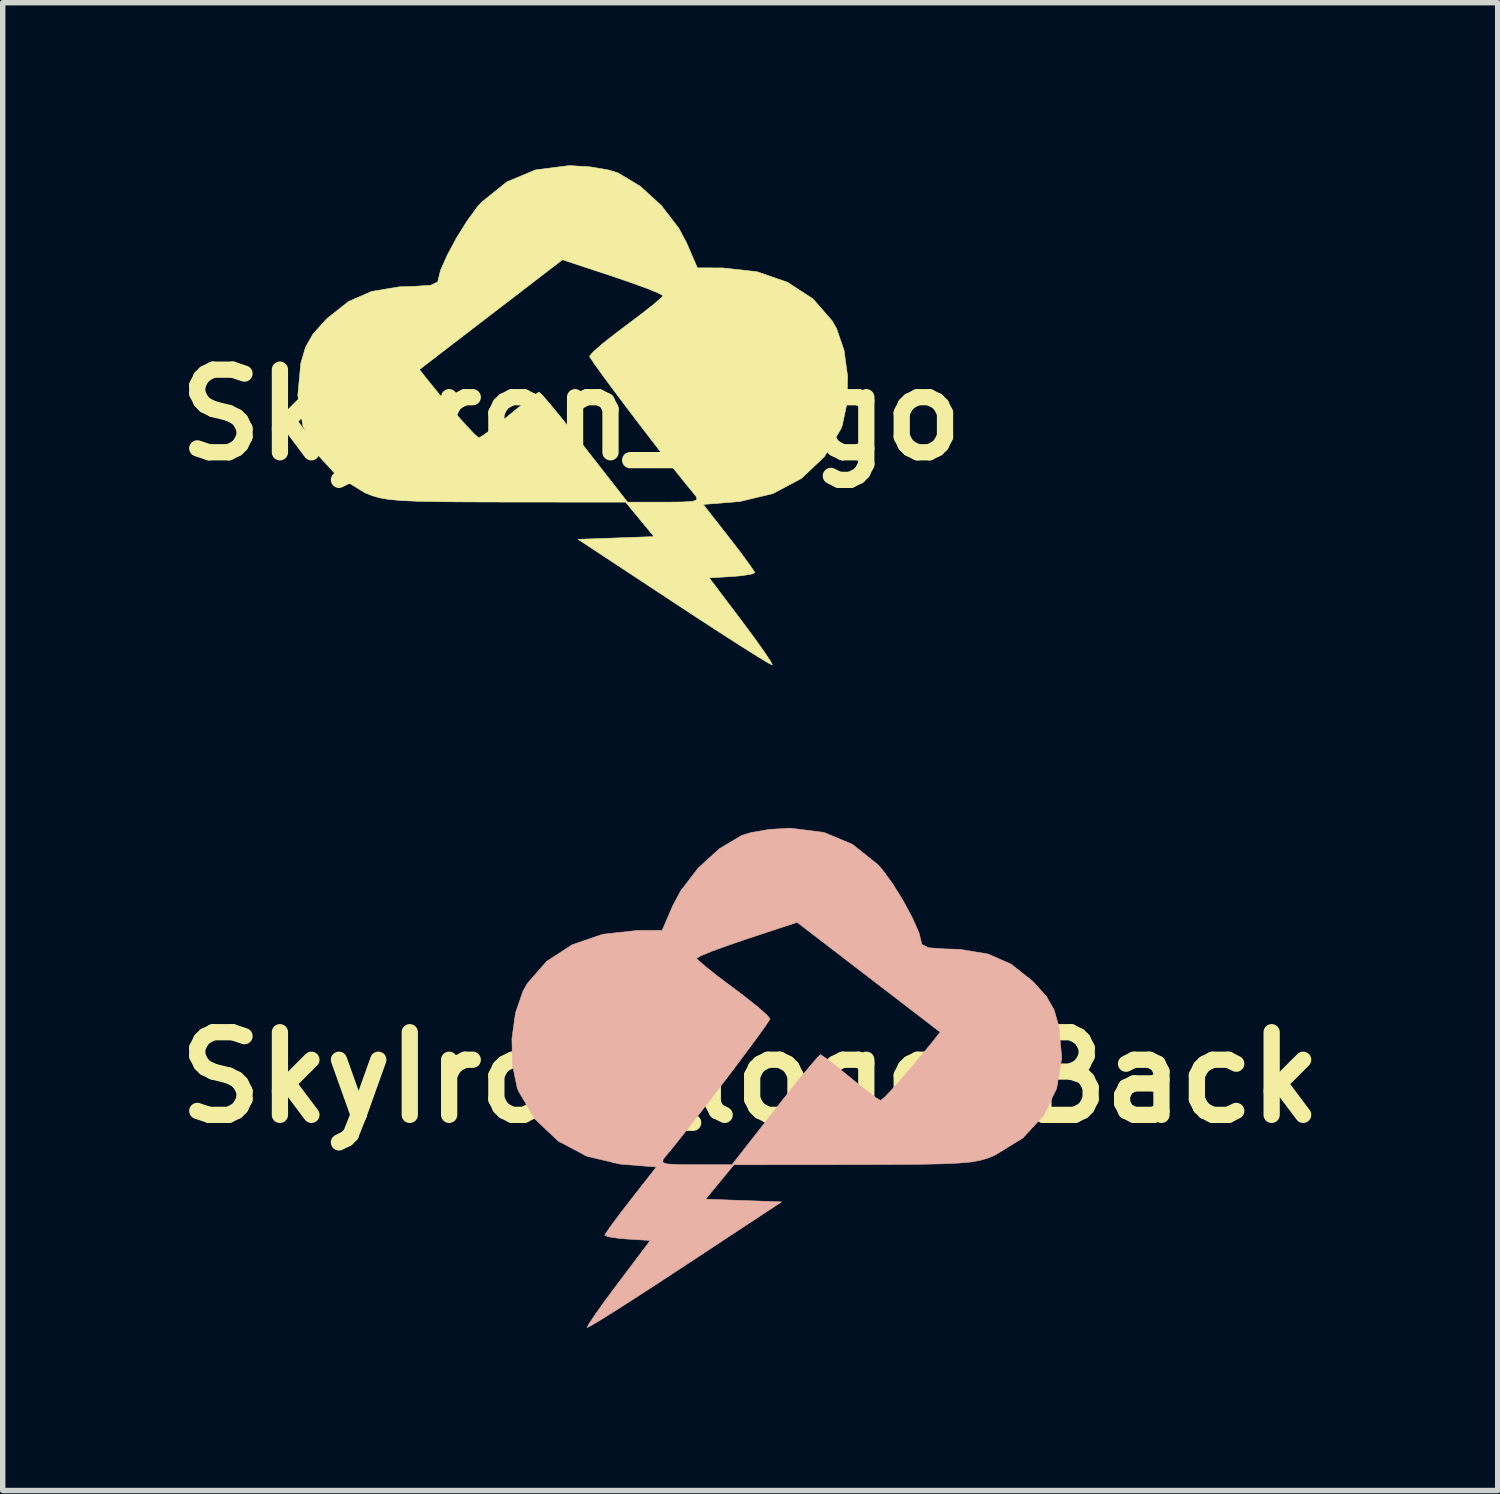
<source format=kicad_pcb>
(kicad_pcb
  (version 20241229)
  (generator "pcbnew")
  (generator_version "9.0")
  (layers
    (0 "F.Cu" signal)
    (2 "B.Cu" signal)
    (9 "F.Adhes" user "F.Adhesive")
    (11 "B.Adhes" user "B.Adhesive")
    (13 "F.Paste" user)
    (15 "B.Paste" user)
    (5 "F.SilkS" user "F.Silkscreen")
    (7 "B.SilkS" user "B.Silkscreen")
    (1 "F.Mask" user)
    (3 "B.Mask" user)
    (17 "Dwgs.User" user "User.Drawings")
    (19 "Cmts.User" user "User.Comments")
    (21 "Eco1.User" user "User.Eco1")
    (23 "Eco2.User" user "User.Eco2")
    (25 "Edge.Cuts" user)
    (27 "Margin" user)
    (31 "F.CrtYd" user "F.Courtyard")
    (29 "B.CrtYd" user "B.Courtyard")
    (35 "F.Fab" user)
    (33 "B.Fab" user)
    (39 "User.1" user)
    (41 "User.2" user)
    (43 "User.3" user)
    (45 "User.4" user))
  (footprint "SkyIron_logo_Back"
    (layer "F.Cu")
    (at 10.784 16.819)
    (property "Reference" "SkyIron_logo_Back" (at 0 0 0) (layer "F.SilkS") (effects (font (size 1.524 1.524) (thickness 0.3))))
    (attr through_hole)
    (fp_poly (pts (xy 0.352 -4.574) (xy 0.021 -4.518) (xy -0.158 -4.463) (xy -0.569 -4.218) (xy -0.961 -3.86) (xy -1.283 -3.44) (xy -1.424 -3.175) (xy -1.624 -2.712) (xy -2.089 -2.71) (xy -2.721 -2.641) (xy -3.284 -2.447) (xy -3.754 -2.141) (xy -4.108 -1.736) (xy -4.189 -1.594) (xy -4.328 -1.193) (xy -4.394 -0.715) (xy -4.384 -0.23) (xy -4.297 0.19) (xy -4.272 0.254) (xy -3.968 0.768) (xy -3.543 1.171) (xy -3.017 1.451) (xy -2.408 1.596) (xy -2.318 1.604) (xy -1.73 1.651) (xy -2.206 2.259) (xy -2.415 2.53) (xy -2.578 2.75) (xy -2.67 2.885) (xy -2.682 2.91) (xy -2.606 2.94) (xy -2.411 2.968) (xy -2.262 2.98) (xy -1.843 3.006) (xy -2.439 3.796) (xy -2.67 4.107) (xy -2.854 4.365) (xy -2.973 4.542) (xy -3.007 4.612) (xy -2.932 4.575) (xy -2.734 4.456) (xy -2.435 4.268) (xy -2.051 4.022) (xy -1.604 3.731) (xy -1.2 3.466) (xy 0.578 2.294) (xy -0.123 2.269) (xy -0.823 2.244) (xy -0.299 1.609) (xy 1.917 1.607) (xy 2.595 1.605) (xy 3.126 1.601) (xy 3.534 1.593) (xy 3.84 1.579) (xy 4.067 1.559) (xy 4.238 1.529) (xy 4.376 1.489) (xy 4.503 1.438) (xy 4.515 1.432) (xy 5.028 1.116) (xy 5.41 0.701) (xy 5.651 0.203) (xy 5.745 -0.363) (xy 5.701 -0.836) (xy 3.503 -0.836) (xy 3.353 -0.647) (xy 3.107 -0.345) (xy 2.864 -0.058) (xy 2.649 0.185) (xy 2.488 0.355) (xy 2.406 0.423) (xy 2.404 0.423) (xy 2.319 0.373) (xy 2.14 0.239) (xy 1.903 0.049) (xy 1.846 0.002) (xy 1.601 -0.197) (xy 1.409 -0.346) (xy 1.304 -0.418) (xy 1.295 -0.421) (xy 1.231 -0.359) (xy 1.082 -0.185) (xy 0.867 0.076) (xy 0.606 0.403) (xy 0.458 0.593) (xy -0.336 1.609) (xy -1.014 1.609) (xy -1.347 1.606) (xy -1.539 1.594) (xy -1.615 1.564) (xy -1.605 1.51) (xy -1.566 1.46) (xy -1.4 1.259) (xy -1.177 0.978) (xy -0.916 0.644) (xy -0.637 0.281) (xy -0.358 -0.084) (xy -0.1 -0.427) (xy 0.118 -0.722) (xy 0.278 -0.944) (xy 0.359 -1.067) (xy 0.366 -1.082) (xy 0.302 -1.159) (xy 0.129 -1.31) (xy -0.122 -1.509) (xy -0.311 -1.651) (xy -0.598 -1.866) (xy -0.824 -2.045) (xy -0.961 -2.165) (xy -0.989 -2.199) (xy -0.913 -2.243) (xy -0.709 -2.327) (xy -0.406 -2.437) (xy -0.062 -2.555) (xy 0.865 -2.861) (xy 2.184 -1.849) (xy 3.503 -0.836) (xy 5.701 -0.836) (xy 5.69 -0.947) (xy 5.604 -1.247) (xy 5.464 -1.492) (xy 5.23 -1.753) (xy 5.197 -1.785) (xy 4.811 -2.09) (xy 4.385 -2.277) (xy 3.872 -2.362) (xy 3.588 -2.371) (xy 3.296 -2.391) (xy 3.167 -2.451) (xy 3.16 -2.477) (xy 3.113 -2.666) (xy 2.991 -2.943) (xy 2.819 -3.263) (xy 2.624 -3.577) (xy 2.432 -3.838) (xy 2.352 -3.927) (xy 1.886 -4.299) (xy 1.36 -4.519) (xy 0.752 -4.596) (xy 0.707 -4.596) (xy 0.352 -4.574)) (stroke (width 0.01) (type solid)) (fill yes) (layer "B.SilkS")))
  (footprint "SkyIron_logo"
    (layer "F.Cu")
    (at 7.482 4.601)
    (property "Reference" "SkyIron_logo" (at 0 0 0) (layer "F.SilkS") (effects (font (size 1.524 1.524) (thickness 0.3))))
    (attr through_hole)
    (fp_poly (pts (xy 0.352 -4.574) (xy 0.684 -4.518) (xy 0.863 -4.463) (xy 1.273 -4.218) (xy 1.665 -3.86) (xy 1.987 -3.44) (xy 2.128 -3.175) (xy 2.328 -2.712) (xy 2.794 -2.71) (xy 3.425 -2.641) (xy 3.988 -2.447) (xy 4.459 -2.141) (xy 4.812 -1.736) (xy 4.894 -1.594) (xy 5.032 -1.193) (xy 5.098 -0.715) (xy 5.089 -0.23) (xy 5.001 0.19) (xy 4.977 0.254) (xy 4.672 0.768) (xy 4.248 1.171) (xy 3.722 1.451) (xy 3.113 1.596) (xy 3.023 1.604) (xy 2.435 1.651) (xy 2.911 2.259) (xy 3.12 2.53) (xy 3.282 2.75) (xy 3.374 2.885) (xy 3.387 2.91) (xy 3.311 2.94) (xy 3.116 2.968) (xy 2.967 2.98) (xy 2.547 3.006) (xy 3.144 3.796) (xy 3.375 4.107) (xy 3.559 4.365) (xy 3.677 4.542) (xy 3.712 4.612) (xy 3.636 4.575) (xy 3.439 4.456) (xy 3.139 4.268) (xy 2.756 4.022) (xy 2.309 3.731) (xy 1.905 3.466) (xy 0.127 2.294) (xy 0.827 2.269) (xy 1.528 2.244) (xy 1.004 1.609) (xy -1.213 1.607) (xy -1.891 1.605) (xy -2.422 1.601) (xy -2.829 1.593) (xy -3.135 1.579) (xy -3.362 1.559) (xy -3.533 1.529) (xy -3.671 1.489) (xy -3.798 1.438) (xy -3.81 1.432) (xy -4.324 1.116) (xy -4.705 0.701) (xy -4.947 0.203) (xy -5.04 -0.363) (xy -4.996 -0.836) (xy -2.798 -0.836) (xy -2.648 -0.647) (xy -2.402 -0.345) (xy -2.159 -0.058) (xy -1.944 0.185) (xy -1.783 0.355) (xy -1.702 0.423) (xy -1.7 0.423) (xy -1.615 0.373) (xy -1.436 0.239) (xy -1.198 0.049) (xy -1.141 0.002) (xy -0.897 -0.197) (xy -0.704 -0.346) (xy -0.599 -0.418) (xy -0.591 -0.421) (xy -0.526 -0.359) (xy -0.377 -0.185) (xy -0.163 0.076) (xy 0.098 0.403) (xy 0.247 0.593) (xy 1.041 1.609) (xy 1.719 1.609) (xy 2.052 1.606) (xy 2.243 1.594) (xy 2.32 1.564) (xy 2.309 1.51) (xy 2.27 1.46) (xy 2.104 1.259) (xy 1.881 0.978) (xy 1.62 0.644) (xy 1.341 0.281) (xy 1.063 -0.084) (xy 0.805 -0.427) (xy 0.586 -0.722) (xy 0.427 -0.944) (xy 0.345 -1.067) (xy 0.339 -1.082) (xy 0.403 -1.159) (xy 0.575 -1.31) (xy 0.827 -1.509) (xy 1.016 -1.651) (xy 1.302 -1.866) (xy 1.529 -2.045) (xy 1.666 -2.165) (xy 1.693 -2.199) (xy 1.618 -2.243) (xy 1.413 -2.327) (xy 1.111 -2.437) (xy 0.767 -2.555) (xy -0.16 -2.861) (xy -1.479 -1.849) (xy -2.798 -0.836) (xy -4.996 -0.836) (xy -4.986 -0.947) (xy -4.899 -1.247) (xy -4.76 -1.492) (xy -4.525 -1.753) (xy -4.492 -1.785) (xy -4.107 -2.09) (xy -3.68 -2.277) (xy -3.168 -2.362) (xy -2.884 -2.371) (xy -2.591 -2.391) (xy -2.462 -2.451) (xy -2.455 -2.477) (xy -2.409 -2.666) (xy -2.286 -2.943) (xy -2.115 -3.263) (xy -1.919 -3.577) (xy -1.727 -3.838) (xy -1.647 -3.927) (xy -1.182 -4.299) (xy -0.655 -4.519) (xy -0.047 -4.596) (xy -0.002 -4.596) (xy 0.352 -4.574)) (stroke (width 0.01) (type solid)) (fill yes) (layer "F.SilkS")))
  (gr_rect
    (start -3 -3)
    (end 24.568 24.436)
    (stroke (width 0.1) (type default))
    (fill no)
    (layer "Edge.Cuts")))
</source>
